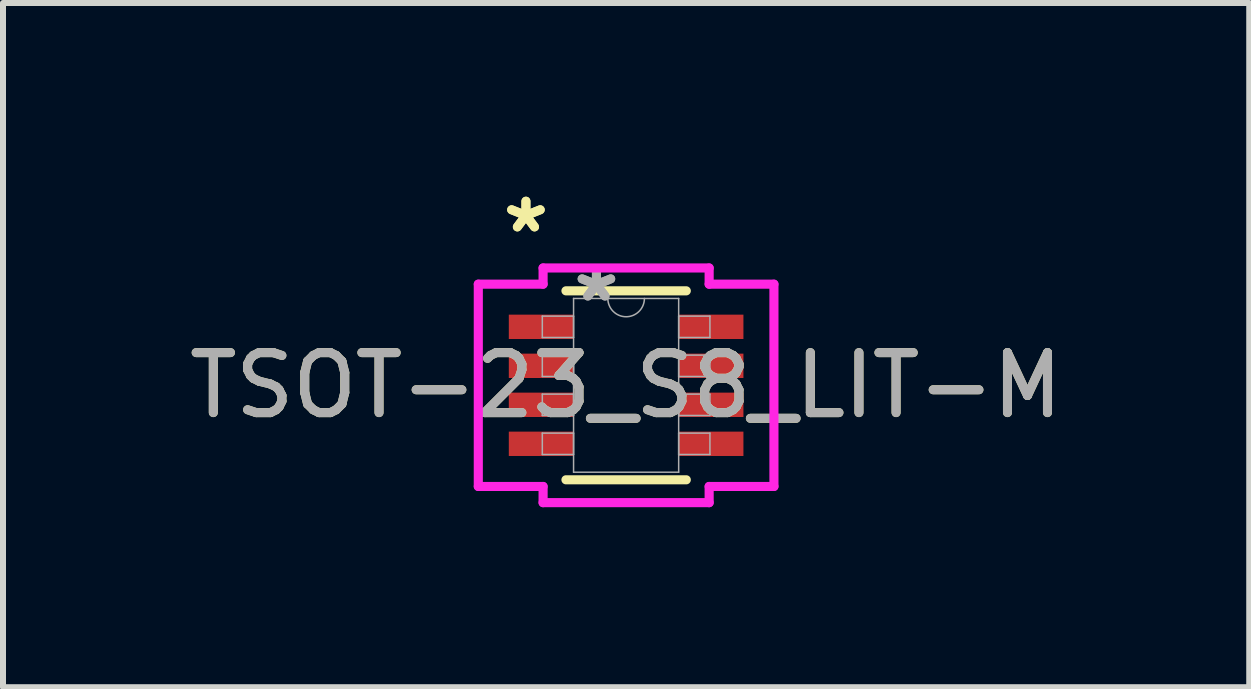
<source format=kicad_pcb>
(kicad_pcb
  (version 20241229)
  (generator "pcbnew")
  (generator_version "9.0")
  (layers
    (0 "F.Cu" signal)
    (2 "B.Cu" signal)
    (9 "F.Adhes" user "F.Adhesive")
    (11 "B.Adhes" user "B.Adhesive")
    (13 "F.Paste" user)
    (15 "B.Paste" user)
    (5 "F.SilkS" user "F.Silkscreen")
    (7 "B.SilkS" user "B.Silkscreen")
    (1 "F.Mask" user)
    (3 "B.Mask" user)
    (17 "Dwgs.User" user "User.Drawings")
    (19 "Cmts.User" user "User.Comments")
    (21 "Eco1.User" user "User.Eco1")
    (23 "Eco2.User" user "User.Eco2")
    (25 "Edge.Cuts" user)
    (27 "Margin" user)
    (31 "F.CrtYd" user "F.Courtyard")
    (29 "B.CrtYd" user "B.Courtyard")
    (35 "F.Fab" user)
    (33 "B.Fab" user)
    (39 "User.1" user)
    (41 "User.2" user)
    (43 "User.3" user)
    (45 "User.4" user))
  (footprint "TSOT-23_S8_LIT-M"
    (layer "F.Cu")
    (at 7.387 3.373)
    (property "Reference" "TSOT-23_S8_LIT-M" (at 0 0 0) (unlocked yes) (layer "F.SilkS") (effects (font (size 1 1) (thickness 0.15))))
    (attr smd)
    (fp_line (start -1.003 1.575) (end 1.003 1.575) (stroke (width 0.152) (type solid)) (layer "F.SilkS"))
    (fp_line (start 1.003 -1.575) (end -1.003 -1.575) (stroke (width 0.152) (type solid)) (layer "F.SilkS"))
    (fp_line (start -2.464 -1.686) (end -1.384 -1.686) (stroke (width 0.152) (type solid)) (layer "F.CrtYd"))
    (fp_line (start -2.464 1.686) (end -2.464 -1.686) (stroke (width 0.152) (type solid)) (layer "F.CrtYd"))
    (fp_line (start -2.464 1.686) (end -1.384 1.686) (stroke (width 0.152) (type solid)) (layer "F.CrtYd"))
    (fp_line (start -1.384 -1.956) (end 1.384 -1.956) (stroke (width 0.152) (type solid)) (layer "F.CrtYd"))
    (fp_line (start -1.384 -1.686) (end -1.384 -1.956) (stroke (width 0.152) (type solid)) (layer "F.CrtYd"))
    (fp_line (start -1.384 1.956) (end -1.384 1.686) (stroke (width 0.152) (type solid)) (layer "F.CrtYd"))
    (fp_line (start 1.384 -1.956) (end 1.384 -1.686) (stroke (width 0.152) (type solid)) (layer "F.CrtYd"))
    (fp_line (start 1.384 1.686) (end 1.384 1.956) (stroke (width 0.152) (type solid)) (layer "F.CrtYd"))
    (fp_line (start 1.384 1.956) (end -1.384 1.956) (stroke (width 0.152) (type solid)) (layer "F.CrtYd"))
    (fp_line (start 2.464 -1.686) (end 1.384 -1.686) (stroke (width 0.152) (type solid)) (layer "F.CrtYd"))
    (fp_line (start 2.464 -1.686) (end 2.464 1.686) (stroke (width 0.152) (type solid)) (layer "F.CrtYd"))
    (fp_line (start 2.464 1.686) (end 1.384 1.686) (stroke (width 0.152) (type solid)) (layer "F.CrtYd"))
    (fp_line (start -1.397 -1.153) (end -1.397 -0.797) (stroke (width 0.025) (type solid)) (layer "F.Fab"))
    (fp_line (start -1.397 -0.797) (end -0.876 -0.797) (stroke (width 0.025) (type solid)) (layer "F.Fab"))
    (fp_line (start -1.397 -0.503) (end -1.397 -0.147) (stroke (width 0.025) (type solid)) (layer "F.Fab"))
    (fp_line (start -1.397 -0.147) (end -0.876 -0.147) (stroke (width 0.025) (type solid)) (layer "F.Fab"))
    (fp_line (start -1.397 0.147) (end -1.397 0.503) (stroke (width 0.025) (type solid)) (layer "F.Fab"))
    (fp_line (start -1.397 0.503) (end -0.876 0.503) (stroke (width 0.025) (type solid)) (layer "F.Fab"))
    (fp_line (start -1.397 0.797) (end -1.397 1.153) (stroke (width 0.025) (type solid)) (layer "F.Fab"))
    (fp_line (start -1.397 1.153) (end -0.876 1.153) (stroke (width 0.025) (type solid)) (layer "F.Fab"))
    (fp_line (start -0.876 -1.448) (end -0.876 1.448) (stroke (width 0.025) (type solid)) (layer "F.Fab"))
    (fp_line (start -0.876 -1.153) (end -1.397 -1.153) (stroke (width 0.025) (type solid)) (layer "F.Fab"))
    (fp_line (start -0.876 -0.797) (end -0.876 -1.153) (stroke (width 0.025) (type solid)) (layer "F.Fab"))
    (fp_line (start -0.876 -0.503) (end -1.397 -0.503) (stroke (width 0.025) (type solid)) (layer "F.Fab"))
    (fp_line (start -0.876 -0.147) (end -0.876 -0.503) (stroke (width 0.025) (type solid)) (layer "F.Fab"))
    (fp_line (start -0.876 0.147) (end -1.397 0.147) (stroke (width 0.025) (type solid)) (layer "F.Fab"))
    (fp_line (start -0.876 0.503) (end -0.876 0.147) (stroke (width 0.025) (type solid)) (layer "F.Fab"))
    (fp_line (start -0.876 0.797) (end -1.397 0.797) (stroke (width 0.025) (type solid)) (layer "F.Fab"))
    (fp_line (start -0.876 1.153) (end -0.876 0.797) (stroke (width 0.025) (type solid)) (layer "F.Fab"))
    (fp_line (start -0.876 1.448) (end 0.876 1.448) (stroke (width 0.025) (type solid)) (layer "F.Fab"))
    (fp_line (start 0.876 -1.448) (end -0.876 -1.448) (stroke (width 0.025) (type solid)) (layer "F.Fab"))
    (fp_line (start 0.876 -1.153) (end 0.876 -0.797) (stroke (width 0.025) (type solid)) (layer "F.Fab"))
    (fp_line (start 0.876 -0.797) (end 1.397 -0.797) (stroke (width 0.025) (type solid)) (layer "F.Fab"))
    (fp_line (start 0.876 -0.503) (end 0.876 -0.147) (stroke (width 0.025) (type solid)) (layer "F.Fab"))
    (fp_line (start 0.876 -0.147) (end 1.397 -0.147) (stroke (width 0.025) (type solid)) (layer "F.Fab"))
    (fp_line (start 0.876 0.147) (end 0.876 0.503) (stroke (width 0.025) (type solid)) (layer "F.Fab"))
    (fp_line (start 0.876 0.503) (end 1.397 0.503) (stroke (width 0.025) (type solid)) (layer "F.Fab"))
    (fp_line (start 0.876 0.797) (end 0.876 1.153) (stroke (width 0.025) (type solid)) (layer "F.Fab"))
    (fp_line (start 0.876 1.153) (end 1.397 1.153) (stroke (width 0.025) (type solid)) (layer "F.Fab"))
    (fp_line (start 0.876 1.448) (end 0.876 -1.448) (stroke (width 0.025) (type solid)) (layer "F.Fab"))
    (fp_line (start 1.397 -1.153) (end 0.876 -1.153) (stroke (width 0.025) (type solid)) (layer "F.Fab"))
    (fp_line (start 1.397 -0.797) (end 1.397 -1.153) (stroke (width 0.025) (type solid)) (layer "F.Fab"))
    (fp_line (start 1.397 -0.503) (end 0.876 -0.503) (stroke (width 0.025) (type solid)) (layer "F.Fab"))
    (fp_line (start 1.397 -0.147) (end 1.397 -0.503) (stroke (width 0.025) (type solid)) (layer "F.Fab"))
    (fp_line (start 1.397 0.147) (end 0.876 0.147) (stroke (width 0.025) (type solid)) (layer "F.Fab"))
    (fp_line (start 1.397 0.503) (end 1.397 0.147) (stroke (width 0.025) (type solid)) (layer "F.Fab"))
    (fp_line (start 1.397 0.797) (end 0.876 0.797) (stroke (width 0.025) (type solid)) (layer "F.Fab"))
    (fp_line (start 1.397 1.153) (end 1.397 0.797) (stroke (width 0.025) (type solid)) (layer "F.Fab"))
    (fp_arc (start 0.3048 -1.4478) (mid 0 -1.143) (end -0.3048 -1.4478) (stroke (width 0.0254) (type solid)) (layer "F.Fab"))
    (fp_text user "*" (at -1.67 -2.524 0) (unlocked yes) (layer "F.SilkS") (effects (font (size 1 1) (thickness 0.15))))
    (fp_text user "*" (at -1.67 -2.524 0) (layer "F.SilkS") (effects (font (size 1 1) (thickness 0.15))))
    (fp_text user "*" (at -0.495 -1.372 0) (unlocked yes) (layer "F.Fab") (effects (font (size 1 1) (thickness 0.15))))
    (fp_text user "*" (at -0.495 -1.372 0) (layer "F.Fab") (effects (font (size 1 1) (thickness 0.15))))
    (fp_text user "${REFERENCE}" (at 0 0 0) (unlocked yes) (layer "F.Fab") (effects (font (size 1 1) (thickness 0.15))))
    (pad "1" smd rect (at -1.416 -0.975) (size 1.079 0.406) (layers "F.Cu" "F.Mask" "F.Paste"))
    (pad "2" smd rect (at -1.416 -0.325) (size 1.079 0.406) (layers "F.Cu" "F.Mask" "F.Paste"))
    (pad "3" smd rect (at -1.416 0.325) (size 1.079 0.406) (layers "F.Cu" "F.Mask" "F.Paste"))
    (pad "4" smd rect (at -1.416 0.975) (size 1.079 0.406) (layers "F.Cu" "F.Mask" "F.Paste"))
    (pad "5" smd rect (at 1.416 0.975) (size 1.079 0.406) (layers "F.Cu" "F.Mask" "F.Paste"))
    (pad "6" smd rect (at 1.416 0.325) (size 1.079 0.406) (layers "F.Cu" "F.Mask" "F.Paste"))
    (pad "7" smd rect (at 1.416 -0.325) (size 1.079 0.406) (layers "F.Cu" "F.Mask" "F.Paste"))
    (pad "8" smd rect (at 1.416 -0.975) (size 1.079 0.406) (layers "F.Cu" "F.Mask" "F.Paste")))
  (gr_rect
    (start -3 -3)
    (end 17.774 8.405)
    (stroke (width 0.1) (type default))
    (fill no)
    (layer "Edge.Cuts")))
</source>
